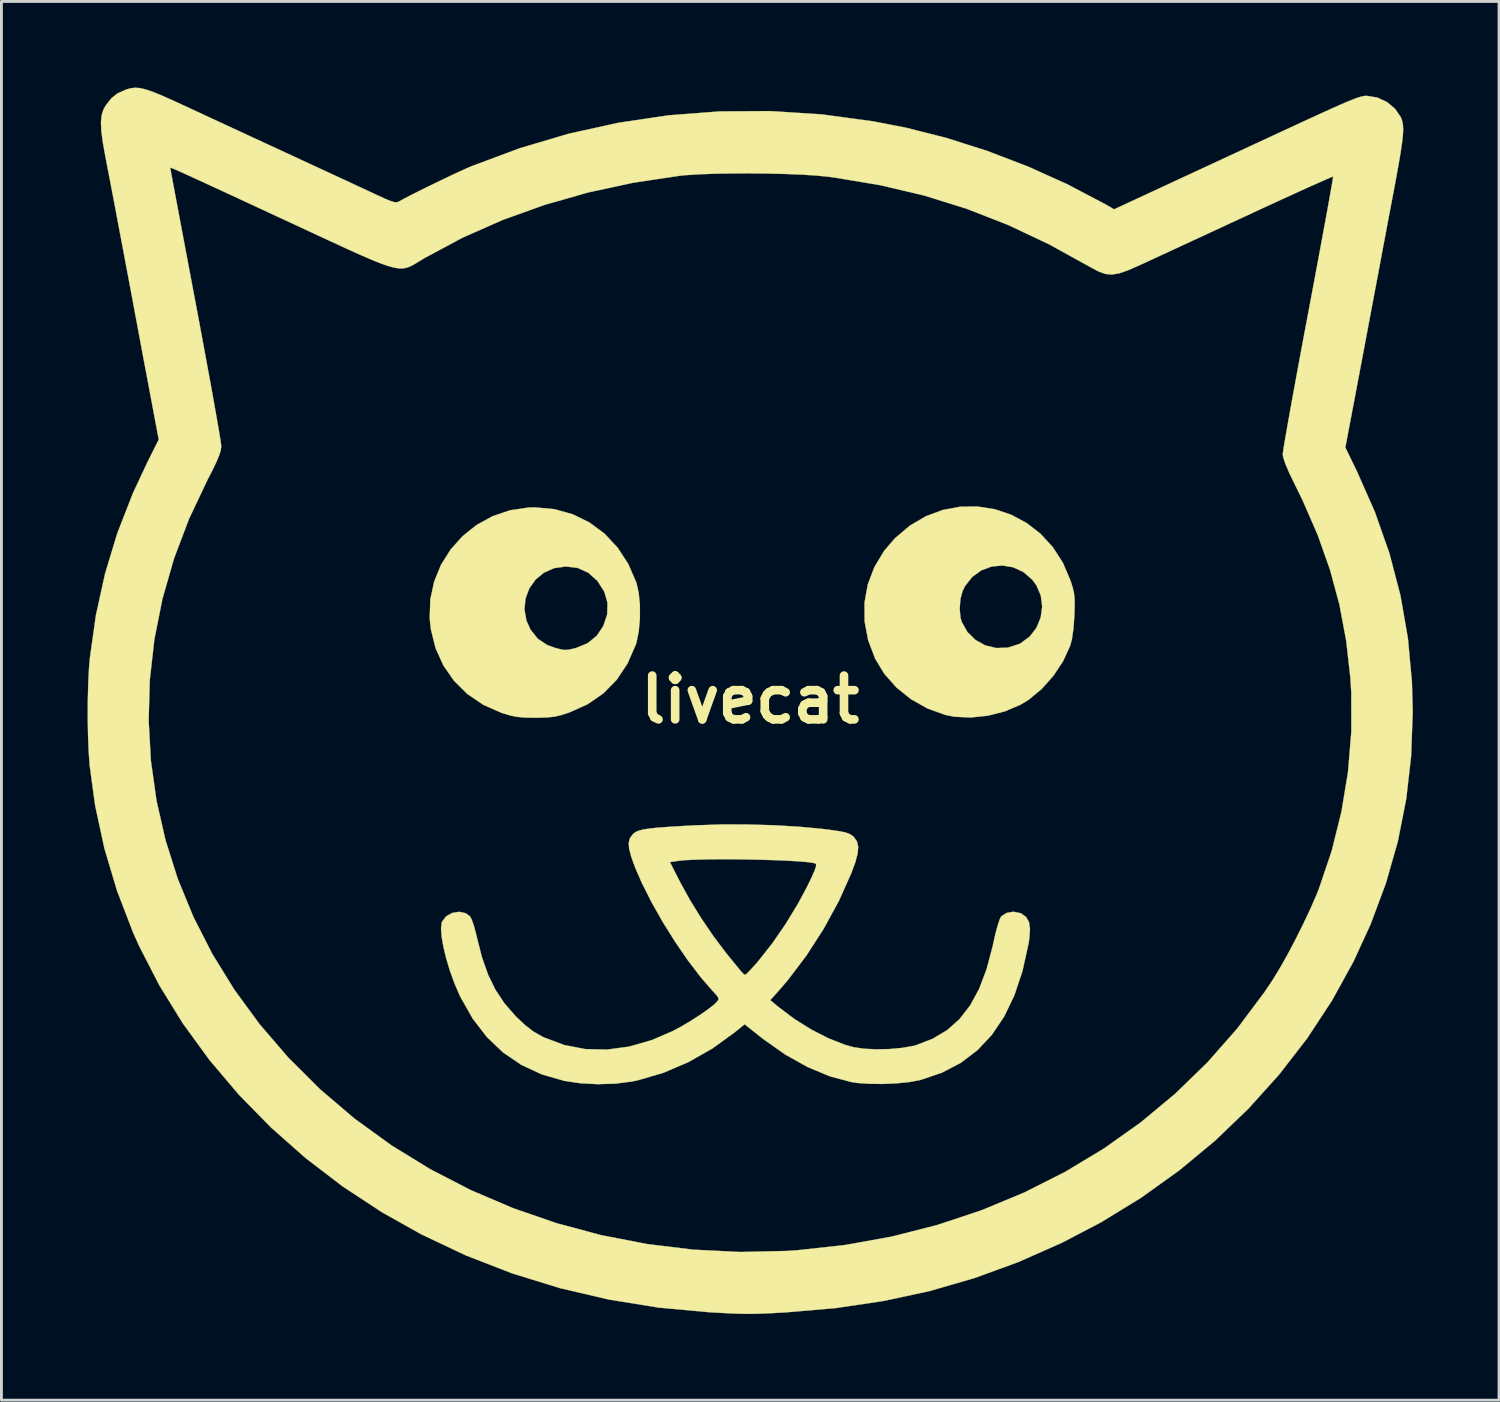
<source format=kicad_pcb>
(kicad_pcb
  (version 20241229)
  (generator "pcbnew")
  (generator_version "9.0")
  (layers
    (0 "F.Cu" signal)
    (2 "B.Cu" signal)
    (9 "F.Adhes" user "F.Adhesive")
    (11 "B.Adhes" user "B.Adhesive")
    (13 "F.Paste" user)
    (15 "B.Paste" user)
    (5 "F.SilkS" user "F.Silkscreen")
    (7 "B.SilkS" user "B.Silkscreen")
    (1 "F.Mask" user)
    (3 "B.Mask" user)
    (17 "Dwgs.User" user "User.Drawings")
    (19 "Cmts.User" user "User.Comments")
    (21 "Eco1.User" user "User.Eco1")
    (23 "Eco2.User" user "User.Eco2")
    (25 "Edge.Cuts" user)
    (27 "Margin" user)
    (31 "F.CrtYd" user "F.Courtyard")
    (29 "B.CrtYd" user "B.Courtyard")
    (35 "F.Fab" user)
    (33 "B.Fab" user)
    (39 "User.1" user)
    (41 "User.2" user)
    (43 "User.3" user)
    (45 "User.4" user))
  (footprint "livecat"
    (layer "F.Cu")
    (at 23.068 21.305)
    (property "Reference" "livecat" (at 0 0 0) (layer "F.SilkS") (effects (font (size 1.524 1.524) (thickness 0.3))))
    (attr through_hole)
    (fp_poly (pts (xy 8.507 -6.628) (xy 9.078 -6.438) (xy 9.615 -6.153) (xy 10.103 -5.777) (xy 10.531 -5.312) (xy 10.887 -4.761) (xy 11.151 -4.145) (xy 11.224 -3.915) (xy 11.27 -3.722) (xy 11.293 -3.528) (xy 11.298 -3.293) (xy 11.288 -2.976) (xy 11.286 -2.921) (xy 11.253 -2.46) (xy 11.199 -2.092) (xy 11.14 -1.873) (xy 10.892 -1.333) (xy 10.552 -0.822) (xy 10.146 -0.366) (xy 9.695 0.006) (xy 9.417 0.176) (xy 8.869 0.41) (xy 8.279 0.561) (xy 7.68 0.625) (xy 7.107 0.597) (xy 6.795 0.535) (xy 6.174 0.312) (xy 5.6 -0.011) (xy 5.091 -0.421) (xy 4.666 -0.901) (xy 4.35 -1.424) (xy 4.106 -2.069) (xy 3.983 -2.723) (xy 3.981 -3.168) (xy 7.293 -3.168) (xy 7.32 -2.858) (xy 7.361 -2.71) (xy 7.561 -2.352) (xy 7.844 -2.074) (xy 8.187 -1.885) (xy 8.568 -1.794) (xy 8.967 -1.807) (xy 9.362 -1.933) (xy 9.406 -1.955) (xy 9.729 -2.19) (xy 9.966 -2.498) (xy 10.113 -2.854) (xy 10.165 -3.235) (xy 10.118 -3.617) (xy 9.966 -3.976) (xy 9.826 -4.168) (xy 9.512 -4.44) (xy 9.156 -4.605) (xy 8.779 -4.667) (xy 8.402 -4.631) (xy 8.046 -4.498) (xy 7.733 -4.273) (xy 7.484 -3.959) (xy 7.393 -3.778) (xy 7.318 -3.496) (xy 7.293 -3.168) (xy 3.981 -3.168) (xy 3.98 -3.375) (xy 4.095 -4.011) (xy 4.326 -4.618) (xy 4.669 -5.185) (xy 5.038 -5.614) (xy 5.558 -6.055) (xy 6.118 -6.383) (xy 6.706 -6.601) (xy 7.308 -6.713) (xy 7.913 -6.721) (xy 8.507 -6.628)) (stroke (width 0.01) (type solid)) (fill yes) (layer "F.SilkS"))
    (fp_poly (pts (xy -6.813 -6.628) (xy -6.176 -6.449) (xy -5.591 -6.162) (xy -5.068 -5.773) (xy -4.616 -5.29) (xy -4.244 -4.719) (xy -3.962 -4.067) (xy -3.961 -4.064) (xy -3.881 -3.712) (xy -3.84 -3.285) (xy -3.84 -2.827) (xy -3.879 -2.382) (xy -3.957 -1.996) (xy -3.986 -1.905) (xy -4.272 -1.252) (xy -4.648 -0.688) (xy -5.112 -0.216) (xy -5.663 0.164) (xy -6.3 0.45) (xy -6.315 0.455) (xy -6.584 0.542) (xy -6.818 0.595) (xy -7.066 0.623) (xy -7.377 0.632) (xy -7.493 0.633) (xy -7.839 0.627) (xy -8.108 0.603) (xy -8.35 0.556) (xy -8.614 0.477) (xy -8.668 0.459) (xy -9.296 0.181) (xy -9.846 -0.193) (xy -10.31 -0.652) (xy -10.682 -1.188) (xy -10.954 -1.789) (xy -11.117 -2.447) (xy -11.158 -2.826) (xy -11.148 -3.141) (xy -7.859 -3.141) (xy -7.791 -2.75) (xy -7.651 -2.438) (xy -7.399 -2.12) (xy -7.069 -1.899) (xy -6.798 -1.801) (xy -6.591 -1.747) (xy -6.449 -1.726) (xy -6.316 -1.736) (xy -6.136 -1.777) (xy -6.058 -1.797) (xy -5.659 -1.961) (xy -5.34 -2.223) (xy -5.115 -2.558) (xy -4.979 -2.961) (xy -4.967 -3.365) (xy -5.079 -3.756) (xy -5.313 -4.122) (xy -5.325 -4.137) (xy -5.638 -4.416) (xy -6.004 -4.581) (xy -6.413 -4.633) (xy -6.824 -4.576) (xy -7.18 -4.419) (xy -7.472 -4.178) (xy -7.689 -3.873) (xy -7.822 -3.521) (xy -7.859 -3.141) (xy -11.148 -3.141) (xy -11.137 -3.484) (xy -11.002 -4.111) (xy -10.762 -4.695) (xy -10.428 -5.225) (xy -10.011 -5.691) (xy -9.521 -6.081) (xy -8.968 -6.384) (xy -8.364 -6.589) (xy -7.718 -6.685) (xy -7.493 -6.691) (xy -6.813 -6.628)) (stroke (width 0.01) (type solid)) (fill yes) (layer "F.SilkS"))
    (fp_poly (pts (xy 0.803 4.375) (xy 1.701 4.427) (xy 2.526 4.505) (xy 2.788 4.538) (xy 3.1 4.583) (xy 3.314 4.627) (xy 3.459 4.678) (xy 3.563 4.745) (xy 3.611 4.788) (xy 3.716 4.937) (xy 3.76 5.122) (xy 3.74 5.363) (xy 3.656 5.676) (xy 3.519 6.048) (xy 3.085 7.015) (xy 2.558 7.981) (xy 1.96 8.908) (xy 1.314 9.763) (xy 0.988 10.142) (xy 0.698 10.465) (xy 1 10.715) (xy 1.55 11.128) (xy 2.137 11.494) (xy 2.729 11.796) (xy 3.298 12.019) (xy 3.595 12.102) (xy 3.947 12.156) (xy 4.376 12.177) (xy 4.836 12.168) (xy 5.281 12.128) (xy 5.666 12.061) (xy 5.779 12.031) (xy 6.353 11.81) (xy 6.855 11.51) (xy 7.288 11.125) (xy 7.658 10.648) (xy 7.97 10.073) (xy 8.228 9.393) (xy 8.439 8.601) (xy 8.472 8.444) (xy 8.544 8.131) (xy 8.617 7.859) (xy 8.685 7.655) (xy 8.739 7.548) (xy 8.739 7.548) (xy 8.927 7.427) (xy 9.166 7.387) (xy 9.409 7.436) (xy 9.448 7.455) (xy 9.61 7.575) (xy 9.706 7.745) (xy 9.741 7.985) (xy 9.718 8.313) (xy 9.687 8.513) (xy 9.478 9.457) (xy 9.197 10.296) (xy 8.844 11.033) (xy 8.416 11.669) (xy 7.913 12.206) (xy 7.333 12.646) (xy 6.675 12.99) (xy 5.936 13.241) (xy 5.905 13.249) (xy 5.544 13.316) (xy 5.101 13.361) (xy 4.622 13.382) (xy 4.149 13.378) (xy 3.728 13.348) (xy 3.523 13.317) (xy 2.769 13.115) (xy 1.999 12.794) (xy 1.222 12.36) (xy 0.451 11.817) (xy 0.346 11.734) (xy -0.193 11.304) (xy -0.533 11.58) (xy -1.319 12.15) (xy -2.158 12.625) (xy -3.029 12.997) (xy -3.912 13.255) (xy -4.13 13.3) (xy -4.689 13.371) (xy -5.304 13.39) (xy -5.918 13.358) (xy -6.473 13.275) (xy -6.477 13.274) (xy -7.259 13.048) (xy -7.967 12.719) (xy -8.603 12.287) (xy -9.167 11.75) (xy -9.66 11.109) (xy -10.084 10.361) (xy -10.124 10.278) (xy -10.299 9.872) (xy -10.453 9.444) (xy -10.582 9.017) (xy -10.68 8.613) (xy -10.743 8.253) (xy -10.764 7.961) (xy -10.738 7.759) (xy -10.729 7.734) (xy -10.582 7.544) (xy -10.371 7.427) (xy -10.134 7.389) (xy -9.907 7.438) (xy -9.755 7.548) (xy -9.696 7.659) (xy -9.625 7.86) (xy -9.554 8.117) (xy -9.522 8.252) (xy -9.342 8.963) (xy -9.129 9.571) (xy -8.872 10.099) (xy -8.561 10.569) (xy -8.183 11.005) (xy -8.133 11.056) (xy -7.828 11.342) (xy -7.552 11.554) (xy -7.26 11.722) (xy -7.176 11.764) (xy -6.472 12.028) (xy -5.742 12.169) (xy -4.989 12.187) (xy -4.216 12.083) (xy -3.427 11.856) (xy -2.706 11.546) (xy -2.41 11.389) (xy -2.091 11.2) (xy -1.777 11) (xy -1.496 10.805) (xy -1.278 10.637) (xy -1.171 10.536) (xy -1.109 10.457) (xy -1.105 10.388) (xy -1.171 10.293) (xy -1.281 10.174) (xy -1.713 9.677) (xy -2.164 9.087) (xy -2.613 8.434) (xy -3.044 7.745) (xy -3.437 7.05) (xy -3.775 6.378) (xy -3.996 5.871) (xy -4.074 5.659) (xy -2.795 5.659) (xy -2.433 6.37) (xy -2.101 6.972) (xy -1.707 7.611) (xy -1.281 8.237) (xy -0.855 8.804) (xy -0.786 8.89) (xy -0.609 9.106) (xy -0.454 9.296) (xy -0.345 9.431) (xy -0.318 9.465) (xy -0.226 9.558) (xy -0.177 9.586) (xy -0.119 9.542) (xy 0.001 9.42) (xy 0.163 9.242) (xy 0.29 9.096) (xy 0.76 8.501) (xy 1.227 7.824) (xy 1.663 7.109) (xy 1.978 6.521) (xy 2.141 6.187) (xy 2.244 5.952) (xy 2.293 5.801) (xy 2.292 5.724) (xy 2.28 5.712) (xy 2.17 5.682) (xy 1.951 5.654) (xy 1.641 5.63) (xy 1.258 5.608) (xy 0.82 5.59) (xy 0.345 5.576) (xy -0.148 5.566) (xy -0.642 5.56) (xy -1.119 5.56) (xy -1.56 5.564) (xy -1.948 5.575) (xy -2.265 5.591) (xy -2.492 5.614) (xy -2.494 5.614) (xy -2.795 5.659) (xy -4.074 5.659) (xy -4.135 5.493) (xy -4.213 5.204) (xy -4.229 4.986) (xy -4.184 4.819) (xy -4.081 4.683) (xy -4.065 4.668) (xy -3.988 4.612) (xy -3.884 4.566) (xy -3.737 4.527) (xy -3.534 4.494) (xy -3.259 4.464) (xy -2.898 4.436) (xy -2.438 4.407) (xy -1.963 4.381) (xy -1.067 4.35) (xy -0.132 4.349) (xy 0.803 4.375)) (stroke (width 0.01) (type solid)) (fill yes) (layer "F.SilkS"))
    (fp_poly (pts (xy -21.237 -21.287) (xy -21.034 -21.238) (xy -20.78 -21.15) (xy -20.458 -21.018) (xy -20.051 -20.836) (xy -19.723 -20.685) (xy -19.296 -20.487) (xy -18.799 -20.256) (xy -18.275 -20.013) (xy -17.771 -19.78) (xy -17.431 -19.622) (xy -16.644 -19.258) (xy -15.962 -18.943) (xy -15.376 -18.671) (xy -14.877 -18.44) (xy -14.454 -18.244) (xy -14.097 -18.079) (xy -13.798 -17.94) (xy -13.547 -17.823) (xy -13.333 -17.723) (xy -13.147 -17.637) (xy -12.986 -17.561) (xy -12.699 -17.43) (xy -12.502 -17.35) (xy -12.371 -17.314) (xy -12.282 -17.316) (xy -12.224 -17.342) (xy -12.074 -17.426) (xy -11.833 -17.551) (xy -11.526 -17.706) (xy -11.177 -17.878) (xy -10.811 -18.056) (xy -10.452 -18.227) (xy -10.125 -18.38) (xy -9.854 -18.503) (xy -9.716 -18.562) (xy -8.034 -19.191) (xy -6.324 -19.698) (xy -4.589 -20.081) (xy -2.836 -20.341) (xy -1.068 -20.476) (xy 0.708 -20.487) (xy 2.488 -20.373) (xy 4.266 -20.133) (xy 5.423 -19.909) (xy 6.832 -19.553) (xy 8.263 -19.097) (xy 9.681 -18.553) (xy 11.053 -17.934) (xy 12.343 -17.255) (xy 12.478 -17.178) (xy 12.668 -17.067) (xy 14.002 -17.686) (xy 14.416 -17.878) (xy 14.823 -18.067) (xy 15.197 -18.241) (xy 15.515 -18.388) (xy 15.751 -18.497) (xy 15.812 -18.526) (xy 16.011 -18.618) (xy 16.302 -18.753) (xy 16.658 -18.919) (xy 17.056 -19.103) (xy 17.471 -19.296) (xy 17.621 -19.366) (xy 18.352 -19.705) (xy 18.977 -19.995) (xy 19.505 -20.239) (xy 19.945 -20.44) (xy 20.308 -20.604) (xy 20.601 -20.734) (xy 20.834 -20.833) (xy 21.016 -20.906) (xy 21.157 -20.957) (xy 21.265 -20.99) (xy 21.35 -21.008) (xy 21.42 -21.016) (xy 21.476 -21.017) (xy 21.834 -20.959) (xy 22.17 -20.802) (xy 22.452 -20.568) (xy 22.649 -20.278) (xy 22.672 -20.225) (xy 22.706 -20.115) (xy 22.727 -19.987) (xy 22.733 -19.828) (xy 22.721 -19.625) (xy 22.691 -19.364) (xy 22.641 -19.03) (xy 22.57 -18.61) (xy 22.476 -18.091) (xy 22.382 -17.59) (xy 22.287 -17.091) (xy 22.196 -16.609) (xy 22.113 -16.165) (xy 22.04 -15.779) (xy 21.982 -15.472) (xy 21.944 -15.265) (xy 21.939 -15.24) (xy 21.897 -15.013) (xy 21.834 -14.681) (xy 21.755 -14.262) (xy 21.664 -13.776) (xy 21.563 -13.241) (xy 21.457 -12.676) (xy 21.349 -12.102) (xy 21.242 -11.536) (xy 21.14 -10.998) (xy 21.048 -10.507) (xy 20.967 -10.082) (xy 20.903 -9.743) (xy 20.872 -9.579) (xy 20.719 -8.775) (xy 21.117 -7.96) (xy 21.748 -6.532) (xy 22.254 -5.091) (xy 22.637 -3.63) (xy 22.897 -2.142) (xy 23.038 -0.619) (xy 23.066 0.413) (xy 23.011 1.96) (xy 22.839 3.466) (xy 22.547 4.941) (xy 22.133 6.392) (xy 21.597 7.828) (xy 21.005 9.117) (xy 20.25 10.487) (xy 19.385 11.802) (xy 18.414 13.056) (xy 17.345 14.243) (xy 16.184 15.358) (xy 14.936 16.393) (xy 13.609 17.344) (xy 12.207 18.203) (xy 10.841 18.917) (xy 9.328 19.586) (xy 7.797 20.144) (xy 6.236 20.595) (xy 4.63 20.941) (xy 2.966 21.187) (xy 1.247 21.334) (xy 0.805 21.359) (xy 0.45 21.376) (xy 0.147 21.385) (xy -0.135 21.387) (xy -0.43 21.38) (xy -0.769 21.366) (xy -1.187 21.344) (xy -1.429 21.33) (xy -3.193 21.168) (xy -4.929 20.887) (xy -6.63 20.489) (xy -8.289 19.977) (xy -9.899 19.352) (xy -11.453 18.617) (xy -12.822 17.848) (xy -14.187 16.951) (xy -15.476 15.965) (xy -16.684 14.897) (xy -17.804 13.754) (xy -18.829 12.544) (xy -19.754 11.272) (xy -20.572 9.946) (xy -21.277 8.574) (xy -21.49 8.097) (xy -22.042 6.661) (xy -22.482 5.188) (xy -22.805 3.695) (xy -22.995 2.303) (xy -23.03 1.83) (xy -23.052 1.271) (xy -23.062 0.725) (xy -20.943 0.725) (xy -20.865 2.129) (xy -20.669 3.521) (xy -20.356 4.894) (xy -19.928 6.245) (xy -19.385 7.566) (xy -18.728 8.854) (xy -17.958 10.103) (xy -17.077 11.307) (xy -16.085 12.461) (xy -14.983 13.56) (xy -14.965 13.577) (xy -13.77 14.594) (xy -12.494 15.518) (xy -11.145 16.347) (xy -9.732 17.077) (xy -8.261 17.705) (xy -6.742 18.23) (xy -5.184 18.648) (xy -3.593 18.956) (xy -1.979 19.152) (xy -0.349 19.233) (xy 1.288 19.196) (xy 1.619 19.174) (xy 3.296 18.991) (xy 4.932 18.696) (xy 6.522 18.29) (xy 8.06 17.778) (xy 9.542 17.162) (xy 10.962 16.445) (xy 12.316 15.63) (xy 13.598 14.72) (xy 14.803 13.717) (xy 15.927 12.624) (xy 16.963 11.445) (xy 17.908 10.182) (xy 18.198 9.749) (xy 18.438 9.356) (xy 18.707 8.879) (xy 18.986 8.35) (xy 19.258 7.805) (xy 19.507 7.277) (xy 19.715 6.8) (xy 19.794 6.604) (xy 20.244 5.274) (xy 20.584 3.906) (xy 20.813 2.518) (xy 20.928 1.128) (xy 20.927 -0.246) (xy 20.895 -0.762) (xy 20.748 -2.06) (xy 20.514 -3.305) (xy 20.186 -4.52) (xy 19.759 -5.728) (xy 19.224 -6.954) (xy 18.983 -7.446) (xy 18.773 -7.877) (xy 18.632 -8.207) (xy 18.556 -8.44) (xy 18.542 -8.545) (xy 18.554 -8.643) (xy 18.587 -8.855) (xy 18.641 -9.172) (xy 18.713 -9.582) (xy 18.801 -10.077) (xy 18.904 -10.645) (xy 19.02 -11.276) (xy 19.146 -11.96) (xy 19.282 -12.687) (xy 19.425 -13.447) (xy 19.43 -13.477) (xy 19.573 -14.232) (xy 19.707 -14.95) (xy 19.832 -15.621) (xy 19.946 -16.237) (xy 20.047 -16.786) (xy 20.133 -17.26) (xy 20.202 -17.649) (xy 20.254 -17.943) (xy 20.285 -18.132) (xy 20.294 -18.207) (xy 20.294 -18.208) (xy 20.233 -18.187) (xy 20.068 -18.117) (xy 19.81 -18.003) (xy 19.468 -17.85) (xy 19.054 -17.662) (xy 18.579 -17.445) (xy 18.053 -17.204) (xy 17.487 -16.942) (xy 17.231 -16.823) (xy 16.624 -16.542) (xy 16.031 -16.267) (xy 15.466 -16.005) (xy 14.943 -15.763) (xy 14.477 -15.547) (xy 14.08 -15.364) (xy 13.768 -15.219) (xy 13.553 -15.12) (xy 13.519 -15.105) (xy 13.138 -14.939) (xy 12.838 -14.837) (xy 12.589 -14.797) (xy 12.362 -14.819) (xy 12.129 -14.903) (xy 11.86 -15.046) (xy 11.842 -15.057) (xy 10.402 -15.851) (xy 8.97 -16.527) (xy 7.527 -17.09) (xy 6.057 -17.548) (xy 4.54 -17.906) (xy 2.959 -18.17) (xy 2.679 -18.207) (xy 2.282 -18.245) (xy 1.787 -18.276) (xy 1.219 -18.299) (xy 0.606 -18.313) (xy -0.027 -18.32) (xy -0.653 -18.317) (xy -1.247 -18.307) (xy -1.781 -18.287) (xy -2.231 -18.258) (xy -2.445 -18.237) (xy -4.062 -17.995) (xy -5.639 -17.655) (xy -7.164 -17.22) (xy -8.625 -16.695) (xy -10.011 -16.082) (xy -11.311 -15.386) (xy -11.408 -15.329) (xy -11.568 -15.231) (xy -11.706 -15.148) (xy -11.832 -15.082) (xy -11.956 -15.035) (xy -12.087 -15.011) (xy -12.237 -15.012) (xy -12.413 -15.041) (xy -12.628 -15.101) (xy -12.889 -15.194) (xy -13.208 -15.323) (xy -13.594 -15.491) (xy -14.057 -15.7) (xy -14.607 -15.954) (xy -15.254 -16.254) (xy -15.944 -16.575) (xy -16.748 -16.948) (xy -17.443 -17.271) (xy -18.039 -17.547) (xy -18.543 -17.78) (xy -18.962 -17.974) (xy -19.304 -18.131) (xy -19.577 -18.256) (xy -19.788 -18.352) (xy -19.946 -18.422) (xy -20.057 -18.471) (xy -20.13 -18.5) (xy -20.171 -18.515) (xy -20.19 -18.518) (xy -20.193 -18.515) (xy -20.182 -18.451) (xy -20.148 -18.271) (xy -20.095 -17.986) (xy -20.024 -17.606) (xy -19.936 -17.139) (xy -19.834 -16.596) (xy -19.719 -15.986) (xy -19.594 -15.319) (xy -19.459 -14.604) (xy -19.317 -13.852) (xy -19.304 -13.784) (xy -19.161 -13.022) (xy -19.025 -12.292) (xy -18.898 -11.603) (xy -18.781 -10.967) (xy -18.678 -10.393) (xy -18.589 -9.891) (xy -18.516 -9.473) (xy -18.462 -9.149) (xy -18.427 -8.928) (xy -18.415 -8.821) (xy -18.415 -8.82) (xy -18.431 -8.683) (xy -18.485 -8.507) (xy -18.583 -8.272) (xy -18.734 -7.96) (xy -18.887 -7.664) (xy -19.535 -6.296) (xy -20.06 -4.91) (xy -20.462 -3.509) (xy -20.743 -2.099) (xy -20.903 -0.686) (xy -20.943 0.725) (xy -23.062 0.725) (xy -23.063 0.664) (xy -23.061 0.045) (xy -23.046 -0.549) (xy -23.02 -1.081) (xy -22.991 -1.429) (xy -22.78 -2.929) (xy -22.463 -4.375) (xy -22.036 -5.786) (xy -21.492 -7.18) (xy -20.989 -8.257) (xy -20.591 -9.052) (xy -20.961 -11.019) (xy -21.058 -11.53) (xy -21.151 -12.026) (xy -21.237 -12.486) (xy -21.312 -12.889) (xy -21.373 -13.215) (xy -21.416 -13.443) (xy -21.425 -13.494) (xy -21.477 -13.772) (xy -21.55 -14.165) (xy -21.644 -14.665) (xy -21.757 -15.264) (xy -21.887 -15.95) (xy -22.031 -16.717) (xy -22.136 -17.272) (xy -22.215 -17.685) (xy -22.303 -18.146) (xy -22.39 -18.595) (xy -22.452 -18.918) (xy -22.54 -19.41) (xy -22.591 -19.8) (xy -22.603 -20.106) (xy -22.578 -20.349) (xy -22.514 -20.546) (xy -22.441 -20.676) (xy -22.244 -20.931) (xy -22.03 -21.102) (xy -21.749 -21.228) (xy -21.708 -21.242) (xy -21.557 -21.284) (xy -21.406 -21.3) (xy -21.237 -21.287)) (stroke (width 0.01) (type solid)) (fill yes) (layer "F.SilkS")))
  (gr_rect
    (start -3 -3)
    (end 49.139 45.697)
    (stroke (width 0.1) (type default))
    (fill no)
    (layer "Edge.Cuts")))
</source>
